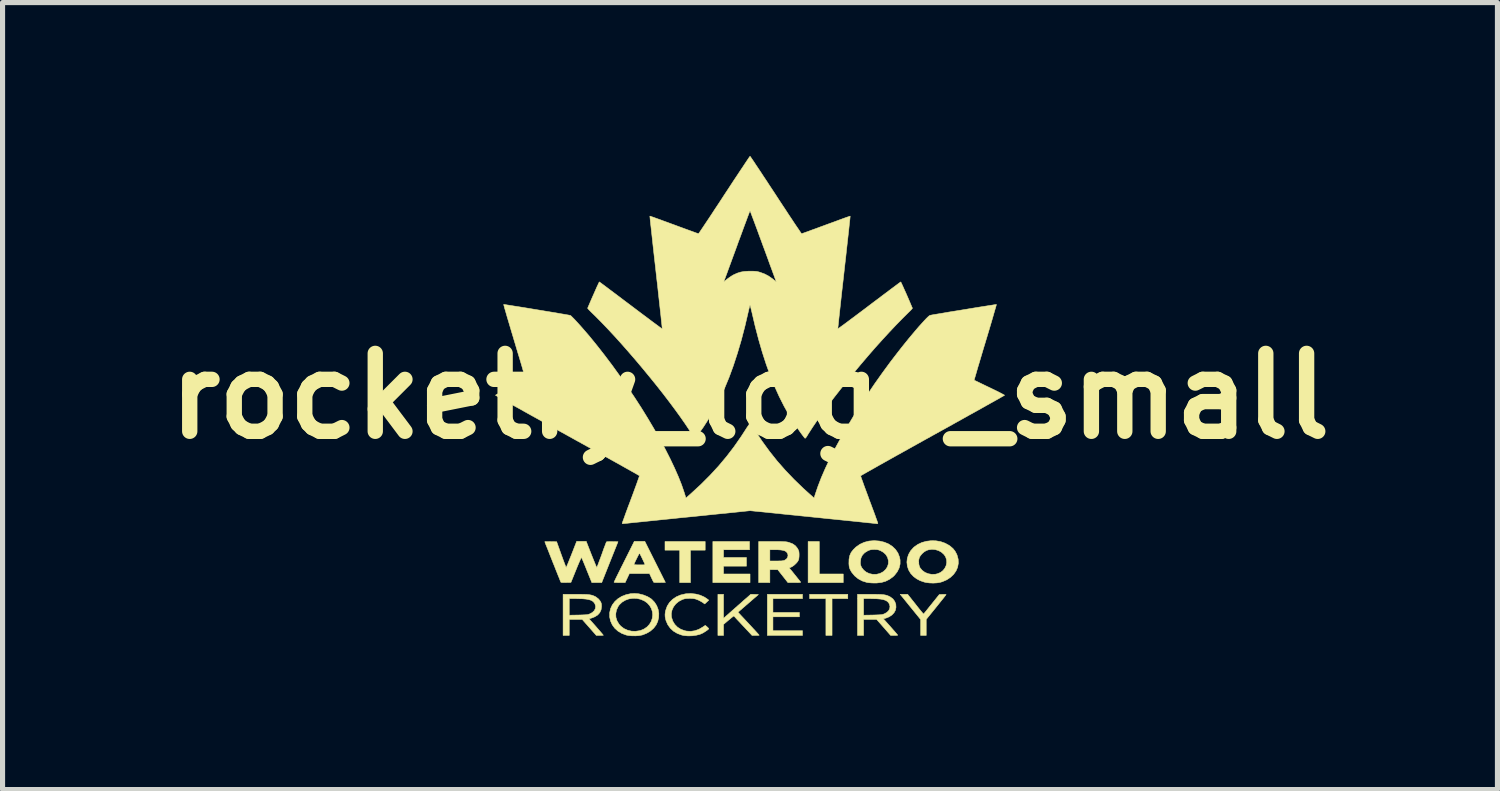
<source format=kicad_pcb>
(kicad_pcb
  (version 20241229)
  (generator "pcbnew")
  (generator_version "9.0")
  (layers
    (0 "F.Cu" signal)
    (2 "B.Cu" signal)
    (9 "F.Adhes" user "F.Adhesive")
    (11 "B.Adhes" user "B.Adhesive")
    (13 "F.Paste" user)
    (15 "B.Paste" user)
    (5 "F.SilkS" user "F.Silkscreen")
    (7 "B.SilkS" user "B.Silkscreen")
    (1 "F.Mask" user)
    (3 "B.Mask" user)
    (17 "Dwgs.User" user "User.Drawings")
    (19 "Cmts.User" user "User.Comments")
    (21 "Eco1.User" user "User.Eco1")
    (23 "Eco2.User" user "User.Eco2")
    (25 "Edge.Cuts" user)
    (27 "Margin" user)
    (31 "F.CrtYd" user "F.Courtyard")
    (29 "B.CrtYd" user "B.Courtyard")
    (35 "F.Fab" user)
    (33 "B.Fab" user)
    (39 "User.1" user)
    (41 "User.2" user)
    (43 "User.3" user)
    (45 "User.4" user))
  (footprint "rocketry_logo_small"
    (layer "F.Cu")
    (at 11.619 4.696)
    (property "Reference" "rocketry_logo_small" (at 0 0 0) (layer "F.SilkS") (effects (font (size 1.524 1.524) (thickness 0.3))))
    (attr through_hole)
    (fp_poly (pts (xy 1.355 3.48) (xy 1.823 3.48) (xy 1.823 3.649) (xy 1.136 3.649) (xy 1.136 2.845) (xy 1.355 2.845) (xy 1.355 3.48)) (stroke (width 0.01) (type solid)) (fill yes) (layer "F.SilkS"))
    (fp_poly (pts (xy -0.877 3.014) (xy -1.165 3.014) (xy -1.165 3.649) (xy -1.375 3.649) (xy -1.375 3.014) (xy -1.663 3.014) (xy -1.663 2.845) (xy -0.877 2.845) (xy -0.877 3.014)) (stroke (width 0.01) (type solid)) (fill yes) (layer "F.SilkS"))
    (fp_poly (pts (xy 1.912 3.962) (xy 1.604 3.962) (xy 1.604 4.682) (xy 1.484 4.682) (xy 1.484 3.962) (xy 1.165 3.962) (xy 1.165 3.878) (xy 1.912 3.878) (xy 1.912 3.962)) (stroke (width 0.01) (type solid)) (fill yes) (layer "F.SilkS"))
    (fp_poly (pts (xy -0.01 3.006) (xy -0.518 3.006) (xy -0.518 3.158) (xy -0.07 3.158) (xy -0.07 3.327) (xy -0.518 3.327) (xy -0.518 3.48) (xy 0 3.48) (xy 0 3.649) (xy -0.727 3.649) (xy -0.727 2.845) (xy -0.01 2.845) (xy -0.01 3.006)) (stroke (width 0.01) (type solid)) (fill yes) (layer "F.SilkS"))
    (fp_poly (pts (xy 1.026 3.962) (xy 0.448 3.962) (xy 0.448 4.233) (xy 0.966 4.233) (xy 0.966 4.318) (xy 0.448 4.318) (xy 0.448 4.589) (xy 1.026 4.589) (xy 1.026 4.682) (xy 0.339 4.682) (xy 0.339 3.878) (xy 1.026 3.878) (xy 1.026 3.962)) (stroke (width 0.01) (type solid)) (fill yes) (layer "F.SilkS"))
    (fp_poly (pts (xy 3.237 4.072) (xy 3.277 4.123) (xy 3.313 4.168) (xy 3.345 4.207) (xy 3.37 4.237) (xy 3.387 4.256) (xy 3.394 4.263) (xy 3.394 4.263) (xy 3.401 4.256) (xy 3.417 4.236) (xy 3.442 4.206) (xy 3.473 4.167) (xy 3.509 4.122) (xy 3.549 4.072) (xy 3.55 4.071) (xy 3.702 3.882) (xy 3.768 3.879) (xy 3.802 3.879) (xy 3.826 3.88) (xy 3.835 3.883) (xy 3.835 3.883) (xy 3.829 3.891) (xy 3.814 3.911) (xy 3.79 3.942) (xy 3.758 3.982) (xy 3.72 4.029) (xy 3.677 4.083) (xy 3.641 4.128) (xy 3.446 4.368) (xy 3.446 4.682) (xy 3.337 4.682) (xy 3.337 4.37) (xy 3.156 4.147) (xy 3.111 4.092) (xy 3.069 4.04) (xy 3.031 3.993) (xy 3 3.954) (xy 2.975 3.924) (xy 2.96 3.906) (xy 2.956 3.901) (xy 2.937 3.878) (xy 3.083 3.878) (xy 3.237 4.072)) (stroke (width 0.01) (type solid)) (fill yes) (layer "F.SilkS"))
    (fp_poly (pts (xy 0.09 3.879) (xy 0.164 3.882) (xy -0.036 4.055) (xy -0.236 4.228) (xy -0.028 4.45) (xy 0.021 4.503) (xy 0.066 4.552) (xy 0.106 4.595) (xy 0.138 4.63) (xy 0.162 4.657) (xy 0.176 4.673) (xy 0.179 4.677) (xy 0.17 4.68) (xy 0.146 4.681) (xy 0.112 4.682) (xy 0.109 4.682) (xy 0.04 4.682) (xy -0.136 4.494) (xy -0.182 4.445) (xy -0.223 4.401) (xy -0.259 4.363) (xy -0.287 4.332) (xy -0.306 4.311) (xy -0.315 4.302) (xy -0.316 4.301) (xy -0.324 4.306) (xy -0.343 4.32) (xy -0.371 4.342) (xy -0.405 4.371) (xy -0.419 4.382) (xy -0.518 4.466) (xy -0.518 4.682) (xy -0.628 4.682) (xy -0.628 3.878) (xy -0.518 3.878) (xy -0.518 4.347) (xy -0.342 4.191) (xy -0.287 4.143) (xy -0.232 4.094) (xy -0.178 4.047) (xy -0.131 4.004) (xy -0.091 3.97) (xy -0.075 3.956) (xy 0.015 3.877) (xy 0.09 3.879)) (stroke (width 0.01) (type solid)) (fill yes) (layer "F.SilkS"))
    (fp_poly (pts (xy -1.655 3.645) (xy -1.765 3.647) (xy -1.81 3.648) (xy -1.848 3.647) (xy -1.874 3.645) (xy -1.883 3.643) (xy -1.889 3.633) (xy -1.901 3.61) (xy -1.916 3.579) (xy -1.928 3.554) (xy -1.966 3.471) (xy -2.359 3.471) (xy -2.401 3.56) (xy -2.443 3.649) (xy -2.551 3.649) (xy -2.596 3.648) (xy -2.631 3.647) (xy -2.654 3.644) (xy -2.66 3.641) (xy -2.656 3.632) (xy -2.645 3.609) (xy -2.628 3.573) (xy -2.605 3.526) (xy -2.577 3.47) (xy -2.545 3.405) (xy -2.51 3.334) (xy -2.49 3.296) (xy -2.271 3.296) (xy -2.262 3.298) (xy -2.237 3.3) (xy -2.199 3.302) (xy -2.16 3.302) (xy -2.112 3.302) (xy -2.081 3.301) (xy -2.063 3.299) (xy -2.056 3.295) (xy -2.056 3.289) (xy -2.056 3.287) (xy -2.075 3.247) (xy -2.095 3.205) (xy -2.114 3.164) (xy -2.132 3.128) (xy -2.147 3.098) (xy -2.158 3.079) (xy -2.162 3.074) (xy -2.167 3.081) (xy -2.178 3.1) (xy -2.193 3.129) (xy -2.21 3.163) (xy -2.228 3.199) (xy -2.245 3.234) (xy -2.258 3.264) (xy -2.268 3.286) (xy -2.271 3.296) (xy -2.49 3.296) (xy -2.472 3.258) (xy -2.461 3.237) (xy -2.263 2.841) (xy -2.058 2.841) (xy -1.655 3.645)) (stroke (width 0.01) (type solid)) (fill yes) (layer "F.SilkS"))
    (fp_poly (pts (xy 2.437 3.878) (xy 2.508 3.879) (xy 2.565 3.881) (xy 2.61 3.885) (xy 2.646 3.891) (xy 2.677 3.899) (xy 2.705 3.91) (xy 2.732 3.923) (xy 2.746 3.931) (xy 2.795 3.968) (xy 2.83 4.016) (xy 2.851 4.071) (xy 2.855 4.131) (xy 2.844 4.187) (xy 2.817 4.237) (xy 2.775 4.282) (xy 2.72 4.318) (xy 2.666 4.34) (xy 2.608 4.357) (xy 2.749 4.514) (xy 2.788 4.559) (xy 2.824 4.599) (xy 2.853 4.633) (xy 2.874 4.658) (xy 2.887 4.673) (xy 2.889 4.676) (xy 2.88 4.679) (xy 2.856 4.681) (xy 2.822 4.682) (xy 2.82 4.682) (xy 2.751 4.682) (xy 2.614 4.525) (xy 2.476 4.369) (xy 2.221 4.369) (xy 2.221 4.682) (xy 2.102 4.682) (xy 2.102 4.286) (xy 2.221 4.286) (xy 2.398 4.283) (xy 2.464 4.281) (xy 2.514 4.279) (xy 2.551 4.277) (xy 2.578 4.274) (xy 2.6 4.269) (xy 2.619 4.262) (xy 2.62 4.262) (xy 2.673 4.234) (xy 2.711 4.198) (xy 2.732 4.156) (xy 2.737 4.111) (xy 2.724 4.066) (xy 2.707 4.038) (xy 2.682 4.014) (xy 2.649 3.995) (xy 2.606 3.981) (xy 2.552 3.971) (xy 2.482 3.965) (xy 2.396 3.963) (xy 2.358 3.962) (xy 2.221 3.962) (xy 2.221 4.286) (xy 2.102 4.286) (xy 2.102 3.878) (xy 2.349 3.878) (xy 2.437 3.878)) (stroke (width 0.01) (type solid)) (fill yes) (layer "F.SilkS"))
    (fp_poly (pts (xy -3.32 3.878) (xy -3.249 3.879) (xy -3.192 3.881) (xy -3.147 3.885) (xy -3.111 3.891) (xy -3.08 3.899) (xy -3.053 3.91) (xy -3.025 3.923) (xy -3.012 3.931) (xy -2.963 3.969) (xy -2.934 4.005) (xy -2.918 4.032) (xy -2.909 4.056) (xy -2.905 4.084) (xy -2.904 4.115) (xy -2.913 4.18) (xy -2.938 4.235) (xy -2.98 4.282) (xy -3.038 4.318) (xy -3.091 4.339) (xy -3.148 4.357) (xy -3.008 4.515) (xy -2.969 4.56) (xy -2.934 4.6) (xy -2.905 4.634) (xy -2.883 4.66) (xy -2.871 4.675) (xy -2.869 4.678) (xy -2.878 4.68) (xy -2.902 4.681) (xy -2.935 4.682) (xy -2.937 4.682) (xy -3.006 4.682) (xy -3.144 4.525) (xy -3.282 4.369) (xy -3.536 4.369) (xy -3.536 4.682) (xy -3.656 4.682) (xy -3.656 4.286) (xy -3.536 4.286) (xy -3.359 4.283) (xy -3.293 4.281) (xy -3.243 4.279) (xy -3.207 4.277) (xy -3.179 4.274) (xy -3.158 4.269) (xy -3.139 4.262) (xy -3.138 4.262) (xy -3.085 4.234) (xy -3.047 4.198) (xy -3.025 4.156) (xy -3.02 4.111) (xy -3.033 4.066) (xy -3.051 4.038) (xy -3.075 4.014) (xy -3.108 3.995) (xy -3.151 3.981) (xy -3.206 3.971) (xy -3.275 3.965) (xy -3.361 3.963) (xy -3.399 3.962) (xy -3.536 3.962) (xy -3.536 4.286) (xy -3.656 4.286) (xy -3.656 3.878) (xy -3.408 3.878) (xy -3.32 3.878)) (stroke (width 0.01) (type solid)) (fill yes) (layer "F.SilkS"))
    (fp_poly (pts (xy -2.173 3.868) (xy -2.086 3.89) (xy -2.004 3.923) (xy -1.934 3.966) (xy -1.922 3.976) (xy -1.867 4.033) (xy -1.825 4.1) (xy -1.797 4.173) (xy -1.784 4.251) (xy -1.787 4.33) (xy -1.805 4.408) (xy -1.837 4.477) (xy -1.884 4.539) (xy -1.947 4.595) (xy -2.021 4.639) (xy -2.101 4.671) (xy -2.113 4.674) (xy -2.171 4.685) (xy -2.24 4.69) (xy -2.312 4.689) (xy -2.379 4.683) (xy -2.422 4.674) (xy -2.508 4.642) (xy -2.583 4.597) (xy -2.646 4.54) (xy -2.695 4.473) (xy -2.729 4.397) (xy -2.746 4.318) (xy -2.745 4.255) (xy -2.626 4.255) (xy -2.623 4.327) (xy -2.601 4.397) (xy -2.562 4.462) (xy -2.528 4.5) (xy -2.467 4.547) (xy -2.396 4.579) (xy -2.319 4.598) (xy -2.239 4.601) (xy -2.158 4.589) (xy -2.141 4.585) (xy -2.071 4.555) (xy -2.012 4.514) (xy -1.966 4.464) (xy -1.932 4.407) (xy -1.912 4.346) (xy -1.904 4.281) (xy -1.91 4.217) (xy -1.93 4.155) (xy -1.964 4.097) (xy -2.012 4.045) (xy -2.066 4.007) (xy -2.139 3.975) (xy -2.215 3.958) (xy -2.292 3.956) (xy -2.368 3.967) (xy -2.439 3.993) (xy -2.502 4.031) (xy -2.555 4.081) (xy -2.578 4.113) (xy -2.611 4.183) (xy -2.626 4.255) (xy -2.745 4.255) (xy -2.745 4.235) (xy -2.727 4.156) (xy -2.693 4.084) (xy -2.644 4.019) (xy -2.582 3.963) (xy -2.509 3.918) (xy -2.425 3.885) (xy -2.334 3.865) (xy -2.259 3.861) (xy -2.173 3.868)) (stroke (width 0.01) (type solid)) (fill yes) (layer "F.SilkS"))
    (fp_poly (pts (xy -1.064 3.872) (xy -0.977 3.894) (xy -0.898 3.929) (xy -0.849 3.96) (xy -0.807 3.992) (xy -0.886 4.066) (xy -0.929 4.035) (xy -0.963 4.015) (xy -1.005 3.993) (xy -1.032 3.982) (xy -1.064 3.97) (xy -1.094 3.963) (xy -1.128 3.959) (xy -1.173 3.958) (xy -1.18 3.958) (xy -1.228 3.959) (xy -1.263 3.962) (xy -1.293 3.969) (xy -1.325 3.98) (xy -1.327 3.981) (xy -1.395 4.017) (xy -1.452 4.065) (xy -1.497 4.123) (xy -1.526 4.187) (xy -1.54 4.256) (xy -1.536 4.325) (xy -1.535 4.327) (xy -1.511 4.402) (xy -1.472 4.466) (xy -1.419 4.52) (xy -1.354 4.561) (xy -1.278 4.589) (xy -1.24 4.597) (xy -1.159 4.602) (xy -1.079 4.59) (xy -1 4.562) (xy -0.926 4.519) (xy -0.875 4.485) (xy -0.841 4.513) (xy -0.821 4.532) (xy -0.809 4.546) (xy -0.807 4.55) (xy -0.815 4.561) (xy -0.837 4.579) (xy -0.87 4.602) (xy -0.912 4.628) (xy -0.921 4.634) (xy -0.98 4.66) (xy -1.053 4.678) (xy -1.132 4.689) (xy -1.213 4.691) (xy -1.291 4.684) (xy -1.337 4.674) (xy -1.423 4.642) (xy -1.498 4.597) (xy -1.56 4.539) (xy -1.609 4.471) (xy -1.643 4.393) (xy -1.649 4.37) (xy -1.66 4.318) (xy -1.662 4.273) (xy -1.657 4.226) (xy -1.648 4.187) (xy -1.619 4.107) (xy -1.574 4.036) (xy -1.514 3.976) (xy -1.442 3.927) (xy -1.359 3.891) (xy -1.266 3.869) (xy -1.251 3.867) (xy -1.157 3.862) (xy -1.064 3.872)) (stroke (width 0.01) (type solid)) (fill yes) (layer "F.SilkS"))
    (fp_poly (pts (xy 0.514 2.845) (xy 0.578 2.845) (xy 0.628 2.846) (xy 0.667 2.848) (xy 0.697 2.85) (xy 0.722 2.853) (xy 0.744 2.858) (xy 0.759 2.862) (xy 0.829 2.888) (xy 0.885 2.926) (xy 0.927 2.977) (xy 0.932 2.986) (xy 0.947 3.015) (xy 0.956 3.042) (xy 0.959 3.074) (xy 0.96 3.102) (xy 0.959 3.14) (xy 0.955 3.176) (xy 0.949 3.204) (xy 0.948 3.206) (xy 0.931 3.237) (xy 0.901 3.272) (xy 0.865 3.306) (xy 0.827 3.334) (xy 0.805 3.345) (xy 0.766 3.362) (xy 0.81 3.414) (xy 0.837 3.447) (xy 0.867 3.485) (xy 0.898 3.523) (xy 0.928 3.561) (xy 0.955 3.594) (xy 0.976 3.62) (xy 0.988 3.636) (xy 0.99 3.639) (xy 0.989 3.643) (xy 0.976 3.646) (xy 0.95 3.648) (xy 0.909 3.649) (xy 0.87 3.649) (xy 0.742 3.649) (xy 0.642 3.522) (xy 0.543 3.396) (xy 0.466 3.395) (xy 0.388 3.395) (xy 0.388 3.649) (xy 0.169 3.649) (xy 0.169 3.006) (xy 0.388 3.006) (xy 0.388 3.226) (xy 0.515 3.226) (xy 0.573 3.225) (xy 0.615 3.224) (xy 0.645 3.22) (xy 0.667 3.215) (xy 0.677 3.211) (xy 0.713 3.187) (xy 0.735 3.155) (xy 0.743 3.118) (xy 0.736 3.081) (xy 0.712 3.048) (xy 0.711 3.047) (xy 0.685 3.03) (xy 0.649 3.018) (xy 0.601 3.01) (xy 0.538 3.006) (xy 0.494 3.006) (xy 0.388 3.006) (xy 0.169 3.006) (xy 0.169 2.845) (xy 0.432 2.845) (xy 0.514 2.845)) (stroke (width 0.01) (type solid)) (fill yes) (layer "F.SilkS"))
    (fp_poly (pts (xy 3.636 2.831) (xy 3.728 2.847) (xy 3.814 2.877) (xy 3.893 2.92) (xy 3.914 2.935) (xy 3.969 2.982) (xy 4.009 3.032) (xy 4.041 3.091) (xy 4.049 3.11) (xy 4.071 3.191) (xy 4.074 3.271) (xy 4.06 3.348) (xy 4.029 3.42) (xy 3.982 3.487) (xy 3.921 3.545) (xy 3.847 3.594) (xy 3.761 3.631) (xy 3.716 3.644) (xy 3.655 3.654) (xy 3.583 3.658) (xy 3.509 3.655) (xy 3.441 3.646) (xy 3.407 3.638) (xy 3.326 3.61) (xy 3.259 3.574) (xy 3.199 3.53) (xy 3.142 3.469) (xy 3.101 3.4) (xy 3.077 3.327) (xy 3.069 3.256) (xy 3.299 3.256) (xy 3.305 3.306) (xy 3.32 3.349) (xy 3.324 3.357) (xy 3.366 3.408) (xy 3.42 3.448) (xy 3.483 3.474) (xy 3.551 3.487) (xy 3.623 3.485) (xy 3.667 3.475) (xy 3.726 3.45) (xy 3.775 3.412) (xy 3.811 3.366) (xy 3.836 3.313) (xy 3.847 3.256) (xy 3.843 3.198) (xy 3.824 3.143) (xy 3.795 3.1) (xy 3.746 3.055) (xy 3.687 3.022) (xy 3.622 3.003) (xy 3.554 2.998) (xy 3.487 3.008) (xy 3.448 3.022) (xy 3.405 3.048) (xy 3.363 3.085) (xy 3.329 3.127) (xy 3.311 3.16) (xy 3.3 3.205) (xy 3.299 3.256) (xy 3.069 3.256) (xy 3.068 3.25) (xy 3.076 3.174) (xy 3.1 3.099) (xy 3.14 3.028) (xy 3.197 2.964) (xy 3.209 2.953) (xy 3.281 2.902) (xy 3.362 2.864) (xy 3.451 2.84) (xy 3.543 2.829) (xy 3.636 2.831)) (stroke (width 0.01) (type solid)) (fill yes) (layer "F.SilkS"))
    (fp_poly (pts (xy 2.532 2.836) (xy 2.626 2.858) (xy 2.71 2.893) (xy 2.784 2.941) (xy 2.845 3) (xy 2.892 3.069) (xy 2.923 3.147) (xy 2.935 3.206) (xy 2.935 3.285) (xy 2.916 3.363) (xy 2.879 3.437) (xy 2.826 3.505) (xy 2.796 3.534) (xy 2.726 3.585) (xy 2.652 3.622) (xy 2.572 3.645) (xy 2.48 3.656) (xy 2.426 3.657) (xy 2.377 3.655) (xy 2.329 3.651) (xy 2.29 3.646) (xy 2.282 3.644) (xy 2.194 3.616) (xy 2.115 3.573) (xy 2.047 3.517) (xy 1.992 3.451) (xy 1.975 3.424) (xy 1.958 3.392) (xy 1.947 3.365) (xy 1.94 3.338) (xy 1.936 3.305) (xy 1.934 3.272) (xy 1.935 3.244) (xy 2.158 3.244) (xy 2.159 3.282) (xy 2.165 3.311) (xy 2.176 3.339) (xy 2.185 3.356) (xy 2.225 3.406) (xy 2.276 3.446) (xy 2.336 3.473) (xy 2.402 3.487) (xy 2.47 3.487) (xy 2.537 3.471) (xy 2.545 3.468) (xy 2.605 3.436) (xy 2.653 3.392) (xy 2.687 3.34) (xy 2.705 3.282) (xy 2.707 3.221) (xy 2.691 3.16) (xy 2.69 3.156) (xy 2.657 3.101) (xy 2.61 3.057) (xy 2.558 3.027) (xy 2.526 3.013) (xy 2.497 3.005) (xy 2.464 3.002) (xy 2.43 3.001) (xy 2.387 3.002) (xy 2.356 3.007) (xy 2.327 3.016) (xy 2.302 3.027) (xy 2.242 3.064) (xy 2.198 3.111) (xy 2.17 3.167) (xy 2.159 3.233) (xy 2.158 3.244) (xy 1.935 3.244) (xy 1.936 3.192) (xy 1.95 3.122) (xy 1.977 3.06) (xy 2.021 3.003) (xy 2.071 2.954) (xy 2.149 2.899) (xy 2.234 2.86) (xy 2.327 2.836) (xy 2.428 2.828) (xy 2.43 2.828) (xy 2.532 2.836)) (stroke (width 0.01) (type solid)) (fill yes) (layer "F.SilkS"))
    (fp_poly (pts (xy -3.104 3.097) (xy -3.079 3.159) (xy -3.056 3.216) (xy -3.036 3.265) (xy -3.019 3.306) (xy -3.007 3.335) (xy -2.999 3.35) (xy -2.997 3.353) (xy -2.993 3.345) (xy -2.984 3.323) (xy -2.97 3.289) (xy -2.954 3.244) (xy -2.934 3.191) (xy -2.912 3.132) (xy -2.903 3.108) (xy -2.881 3.046) (xy -2.861 2.989) (xy -2.842 2.94) (xy -2.827 2.9) (xy -2.816 2.871) (xy -2.81 2.855) (xy -2.809 2.853) (xy -2.796 2.849) (xy -2.764 2.847) (xy -2.716 2.846) (xy -2.692 2.847) (xy -2.582 2.849) (xy -2.742 3.249) (xy -2.901 3.649) (xy -3.093 3.649) (xy -3.192 3.406) (xy -3.216 3.345) (xy -3.239 3.289) (xy -3.259 3.24) (xy -3.276 3.201) (xy -3.288 3.173) (xy -3.295 3.158) (xy -3.296 3.156) (xy -3.301 3.162) (xy -3.311 3.183) (xy -3.326 3.215) (xy -3.345 3.258) (xy -3.367 3.31) (xy -3.391 3.368) (xy -3.403 3.398) (xy -3.503 3.645) (xy -3.6 3.647) (xy -3.648 3.648) (xy -3.679 3.646) (xy -3.696 3.643) (xy -3.701 3.639) (xy -3.706 3.626) (xy -3.717 3.599) (xy -3.732 3.56) (xy -3.752 3.512) (xy -3.774 3.456) (xy -3.799 3.394) (xy -3.825 3.327) (xy -3.853 3.259) (xy -3.88 3.19) (xy -3.907 3.122) (xy -3.932 3.058) (xy -3.955 2.999) (xy -3.976 2.947) (xy -3.993 2.905) (xy -4.005 2.873) (xy -4.012 2.854) (xy -4.014 2.849) (xy -4.005 2.847) (xy -3.98 2.846) (xy -3.942 2.846) (xy -3.898 2.847) (xy -3.782 2.849) (xy -3.692 3.101) (xy -3.669 3.163) (xy -3.649 3.219) (xy -3.63 3.268) (xy -3.615 3.308) (xy -3.604 3.336) (xy -3.597 3.351) (xy -3.596 3.353) (xy -3.592 3.345) (xy -3.582 3.323) (xy -3.567 3.289) (xy -3.549 3.244) (xy -3.528 3.191) (xy -3.504 3.132) (xy -3.49 3.097) (xy -3.39 2.841) (xy -3.204 2.841) (xy -3.104 3.097)) (stroke (width 0.01) (type solid)) (fill yes) (layer "F.SilkS"))
    (fp_poly (pts (xy -4.808 -1.791) (xy -4.78 -1.787) (xy -4.737 -1.78) (xy -4.68 -1.771) (xy -4.611 -1.76) (xy -4.533 -1.748) (xy -4.446 -1.734) (xy -4.354 -1.719) (xy -4.258 -1.703) (xy -4.161 -1.687) (xy -4.063 -1.671) (xy -3.968 -1.655) (xy -3.876 -1.64) (xy -3.79 -1.626) (xy -3.713 -1.612) (xy -3.645 -1.601) (xy -3.59 -1.591) (xy -3.548 -1.584) (xy -3.522 -1.579) (xy -3.514 -1.577) (xy -3.501 -1.568) (xy -3.479 -1.546) (xy -3.448 -1.515) (xy -3.409 -1.474) (xy -3.366 -1.427) (xy -3.318 -1.374) (xy -3.268 -1.317) (xy -3.217 -1.258) (xy -3.166 -1.199) (xy -3.147 -1.177) (xy -2.994 -0.989) (xy -2.842 -0.795) (xy -2.692 -0.596) (xy -2.545 -0.392) (xy -2.401 -0.186) (xy -2.262 0.021) (xy -2.128 0.228) (xy -2.001 0.434) (xy -1.88 0.638) (xy -1.766 0.838) (xy -1.661 1.032) (xy -1.565 1.221) (xy -1.479 1.402) (xy -1.403 1.574) (xy -1.339 1.735) (xy -1.287 1.886) (xy -1.285 1.893) (xy -1.253 1.995) (xy -1.162 1.914) (xy -0.964 1.732) (xy -0.783 1.551) (xy -0.616 1.37) (xy -0.46 1.184) (xy -0.312 0.991) (xy -0.17 0.787) (xy -0.095 0.671) (xy -0.067 0.627) (xy -0.042 0.59) (xy -0.021 0.56) (xy -0.007 0.54) (xy 0 0.533) (xy 0.007 0.54) (xy 0.022 0.56) (xy 0.042 0.59) (xy 0.067 0.628) (xy 0.095 0.671) (xy 0.235 0.882) (xy 0.379 1.08) (xy 0.53 1.27) (xy 0.691 1.453) (xy 0.864 1.634) (xy 1.052 1.815) (xy 1.162 1.914) (xy 1.253 1.995) (xy 1.275 1.923) (xy 1.329 1.765) (xy 1.394 1.596) (xy 1.472 1.416) (xy 1.561 1.228) (xy 1.66 1.032) (xy 1.77 0.83) (xy 1.888 0.622) (xy 2.014 0.41) (xy 2.148 0.195) (xy 2.29 -0.022) (xy 2.437 -0.239) (xy 2.59 -0.455) (xy 2.747 -0.669) (xy 2.9 -0.868) (xy 2.969 -0.956) (xy 3.039 -1.043) (xy 3.107 -1.127) (xy 3.174 -1.207) (xy 3.238 -1.283) (xy 3.298 -1.353) (xy 3.354 -1.415) (xy 3.403 -1.469) (xy 3.445 -1.514) (xy 3.48 -1.548) (xy 3.505 -1.57) (xy 3.521 -1.579) (xy 3.521 -1.579) (xy 3.547 -1.584) (xy 3.589 -1.592) (xy 3.644 -1.601) (xy 3.711 -1.612) (xy 3.789 -1.625) (xy 3.874 -1.64) (xy 3.966 -1.655) (xy 4.061 -1.67) (xy 4.159 -1.686) (xy 4.256 -1.702) (xy 4.352 -1.718) (xy 4.444 -1.733) (xy 4.531 -1.747) (xy 4.609 -1.759) (xy 4.678 -1.77) (xy 4.736 -1.779) (xy 4.78 -1.786) (xy 4.808 -1.79) (xy 4.819 -1.791) (xy 4.819 -1.791) (xy 4.817 -1.783) (xy 4.811 -1.759) (xy 4.8 -1.721) (xy 4.785 -1.67) (xy 4.767 -1.608) (xy 4.746 -1.534) (xy 4.722 -1.452) (xy 4.695 -1.361) (xy 4.666 -1.263) (xy 4.635 -1.16) (xy 4.602 -1.051) (xy 4.602 -1.05) (xy 4.569 -0.942) (xy 4.538 -0.838) (xy 4.509 -0.74) (xy 4.482 -0.649) (xy 4.457 -0.567) (xy 4.436 -0.494) (xy 4.418 -0.431) (xy 4.403 -0.381) (xy 4.392 -0.343) (xy 4.386 -0.319) (xy 4.384 -0.31) (xy 4.384 -0.31) (xy 4.393 -0.306) (xy 4.418 -0.294) (xy 4.456 -0.276) (xy 4.505 -0.252) (xy 4.563 -0.224) (xy 4.629 -0.192) (xy 4.684 -0.166) (xy 4.754 -0.132) (xy 4.818 -0.101) (xy 4.874 -0.073) (xy 4.92 -0.049) (xy 4.953 -0.031) (xy 4.974 -0.02) (xy 4.978 -0.016) (xy 4.97 -0.01) (xy 4.945 0.004) (xy 4.906 0.026) (xy 4.853 0.057) (xy 4.786 0.094) (xy 4.707 0.138) (xy 4.616 0.189) (xy 4.515 0.246) (xy 4.404 0.308) (xy 4.284 0.374) (xy 4.156 0.446) (xy 4.021 0.521) (xy 3.88 0.6) (xy 3.733 0.681) (xy 3.581 0.765) (xy 3.571 0.771) (xy 3.419 0.855) (xy 3.272 0.937) (xy 3.13 1.016) (xy 2.994 1.092) (xy 2.866 1.163) (xy 2.745 1.231) (xy 2.634 1.293) (xy 2.532 1.35) (xy 2.441 1.402) (xy 2.361 1.447) (xy 2.293 1.485) (xy 2.239 1.516) (xy 2.199 1.539) (xy 2.173 1.554) (xy 2.164 1.56) (xy 2.164 1.56) (xy 2.166 1.57) (xy 2.174 1.595) (xy 2.187 1.632) (xy 2.205 1.681) (xy 2.226 1.741) (xy 2.251 1.809) (xy 2.279 1.884) (xy 2.309 1.965) (xy 2.33 2.024) (xy 2.362 2.108) (xy 2.391 2.187) (xy 2.419 2.261) (xy 2.443 2.326) (xy 2.463 2.383) (xy 2.48 2.429) (xy 2.492 2.463) (xy 2.499 2.483) (xy 2.5 2.488) (xy 2.494 2.496) (xy 2.473 2.496) (xy 2.468 2.495) (xy 2.454 2.493) (xy 2.422 2.49) (xy 2.372 2.484) (xy 2.306 2.478) (xy 2.225 2.469) (xy 2.131 2.459) (xy 2.025 2.448) (xy 1.907 2.436) (xy 1.779 2.423) (xy 1.643 2.409) (xy 1.5 2.395) (xy 1.35 2.379) (xy 1.219 2.366) (xy 0.002 2.242) (xy -1.212 2.366) (xy -1.366 2.381) (xy -1.515 2.397) (xy -1.657 2.411) (xy -1.792 2.425) (xy -1.919 2.438) (xy -2.035 2.45) (xy -2.14 2.461) (xy -2.232 2.47) (xy -2.311 2.478) (xy -2.375 2.485) (xy -2.422 2.49) (xy -2.452 2.493) (xy -2.463 2.494) (xy -2.49 2.496) (xy -2.5 2.491) (xy -2.5 2.489) (xy -2.497 2.479) (xy -2.489 2.454) (xy -2.475 2.417) (xy -2.457 2.368) (xy -2.436 2.308) (xy -2.411 2.24) (xy -2.383 2.164) (xy -2.352 2.083) (xy -2.33 2.023) (xy -2.298 1.938) (xy -2.269 1.859) (xy -2.242 1.785) (xy -2.218 1.72) (xy -2.198 1.663) (xy -2.182 1.617) (xy -2.17 1.584) (xy -2.164 1.564) (xy -2.163 1.558) (xy -2.172 1.553) (xy -2.196 1.539) (xy -2.235 1.516) (xy -2.289 1.486) (xy -2.356 1.448) (xy -2.435 1.404) (xy -2.525 1.353) (xy -2.626 1.297) (xy -2.737 1.235) (xy -2.857 1.168) (xy -2.985 1.096) (xy -3.12 1.021) (xy -3.262 0.942) (xy -3.409 0.861) (xy -3.56 0.777) (xy -3.571 0.771) (xy -3.723 0.687) (xy -3.87 0.605) (xy -4.012 0.526) (xy -4.147 0.45) (xy -4.276 0.379) (xy -4.396 0.312) (xy -4.508 0.249) (xy -4.61 0.193) (xy -4.701 0.141) (xy -4.781 0.097) (xy -4.848 0.059) (xy -4.903 0.028) (xy -4.943 0.005) (xy -4.969 -0.01) (xy -4.978 -0.016) (xy -4.978 -0.016) (xy -4.971 -0.022) (xy -4.948 -0.035) (xy -4.911 -0.054) (xy -4.863 -0.078) (xy -4.805 -0.107) (xy -4.74 -0.139) (xy -4.684 -0.165) (xy -4.614 -0.199) (xy -4.55 -0.23) (xy -4.493 -0.257) (xy -4.446 -0.28) (xy -4.411 -0.297) (xy -4.39 -0.307) (xy -4.384 -0.31) (xy -4.386 -0.319) (xy -4.392 -0.342) (xy -4.403 -0.38) (xy -4.417 -0.431) (xy -4.436 -0.493) (xy -4.457 -0.566) (xy -4.481 -0.648) (xy -4.508 -0.739) (xy -4.538 -0.837) (xy -4.569 -0.94) (xy -4.601 -1.049) (xy -4.602 -1.05) (xy -4.634 -1.159) (xy -4.665 -1.262) (xy -4.694 -1.36) (xy -4.721 -1.451) (xy -4.746 -1.534) (xy -4.767 -1.607) (xy -4.785 -1.67) (xy -4.8 -1.721) (xy -4.81 -1.759) (xy -4.817 -1.783) (xy -4.818 -1.791) (xy -4.818 -1.791) (xy -4.808 -1.791)) (stroke (width 0.01) (type solid)) (fill yes) (layer "F.SilkS"))
    (fp_poly (pts (xy 0.006 -4.683) (xy 0.021 -4.662) (xy 0.044 -4.628) (xy 0.075 -4.583) (xy 0.112 -4.526) (xy 0.157 -4.459) (xy 0.207 -4.384) (xy 0.262 -4.3) (xy 0.322 -4.21) (xy 0.385 -4.113) (xy 0.452 -4.012) (xy 0.504 -3.933) (xy 0.572 -3.828) (xy 0.638 -3.728) (xy 0.701 -3.633) (xy 0.759 -3.544) (xy 0.814 -3.462) (xy 0.862 -3.389) (xy 0.905 -3.325) (xy 0.942 -3.271) (xy 0.971 -3.228) (xy 0.992 -3.197) (xy 1.005 -3.179) (xy 1.008 -3.175) (xy 1.019 -3.178) (xy 1.046 -3.188) (xy 1.088 -3.203) (xy 1.142 -3.222) (xy 1.208 -3.247) (xy 1.284 -3.274) (xy 1.367 -3.305) (xy 1.457 -3.338) (xy 1.486 -3.349) (xy 1.577 -3.382) (xy 1.662 -3.413) (xy 1.74 -3.442) (xy 1.808 -3.467) (xy 1.866 -3.488) (xy 1.912 -3.504) (xy 1.943 -3.514) (xy 1.958 -3.519) (xy 1.959 -3.519) (xy 1.958 -3.511) (xy 1.956 -3.486) (xy 1.952 -3.447) (xy 1.946 -3.394) (xy 1.939 -3.328) (xy 1.931 -3.249) (xy 1.921 -3.161) (xy 1.91 -3.062) (xy 1.898 -2.954) (xy 1.885 -2.838) (xy 1.872 -2.716) (xy 1.857 -2.587) (xy 1.842 -2.453) (xy 1.838 -2.417) (xy 1.823 -2.282) (xy 1.808 -2.152) (xy 1.794 -2.028) (xy 1.781 -1.91) (xy 1.769 -1.8) (xy 1.758 -1.699) (xy 1.748 -1.607) (xy 1.739 -1.526) (xy 1.732 -1.457) (xy 1.726 -1.4) (xy 1.721 -1.357) (xy 1.719 -1.328) (xy 1.718 -1.315) (xy 1.718 -1.314) (xy 1.725 -1.319) (xy 1.747 -1.335) (xy 1.781 -1.36) (xy 1.827 -1.393) (xy 1.884 -1.435) (xy 1.949 -1.484) (xy 2.023 -1.539) (xy 2.104 -1.6) (xy 2.191 -1.665) (xy 2.283 -1.734) (xy 2.331 -1.771) (xy 2.425 -1.842) (xy 2.515 -1.909) (xy 2.599 -1.973) (xy 2.677 -2.031) (xy 2.747 -2.084) (xy 2.809 -2.13) (xy 2.861 -2.169) (xy 2.901 -2.199) (xy 2.93 -2.22) (xy 2.945 -2.231) (xy 2.947 -2.233) (xy 2.952 -2.226) (xy 2.962 -2.205) (xy 2.978 -2.171) (xy 2.998 -2.127) (xy 3.021 -2.075) (xy 3.048 -2.016) (xy 3.076 -1.952) (xy 3.105 -1.885) (xy 3.134 -1.817) (xy 3.162 -1.75) (xy 3.176 -1.719) (xy 3.171 -1.71) (xy 3.155 -1.691) (xy 3.131 -1.666) (xy 3.105 -1.641) (xy 2.983 -1.52) (xy 2.855 -1.389) (xy 2.722 -1.248) (xy 2.586 -1.1) (xy 2.447 -0.946) (xy 2.308 -0.786) (xy 2.17 -0.624) (xy 2.033 -0.46) (xy 1.899 -0.296) (xy 1.769 -0.133) (xy 1.644 0.027) (xy 1.526 0.183) (xy 1.415 0.333) (xy 1.314 0.476) (xy 1.223 0.61) (xy 1.143 0.734) (xy 1.107 0.794) (xy 1.092 0.814) (xy 1.08 0.825) (xy 1.076 0.825) (xy 1.067 0.817) (xy 1.051 0.797) (xy 1.028 0.767) (xy 1.001 0.731) (xy 0.988 0.713) (xy 0.874 0.55) (xy 0.768 0.379) (xy 0.667 0.2) (xy 0.572 0.012) (xy 0.482 -0.187) (xy 0.397 -0.397) (xy 0.317 -0.619) (xy 0.241 -0.854) (xy 0.169 -1.103) (xy 0.1 -1.368) (xy 0.044 -1.607) (xy 0.032 -1.658) (xy 0.021 -1.703) (xy 0.012 -1.74) (xy 0.005 -1.765) (xy 0.000354 -1.777) (xy -0.000226 -1.778) (xy -0.004 -1.77) (xy -0.01 -1.749) (xy -0.018 -1.716) (xy -0.028 -1.675) (xy -0.033 -1.653) (xy -0.1 -1.365) (xy -0.171 -1.093) (xy -0.247 -0.836) (xy -0.326 -0.594) (xy -0.41 -0.365) (xy -0.5 -0.148) (xy -0.594 0.057) (xy -0.695 0.251) (xy -0.801 0.434) (xy -0.914 0.609) (xy -0.988 0.713) (xy -1.016 0.751) (xy -1.041 0.784) (xy -1.061 0.809) (xy -1.073 0.823) (xy -1.076 0.825) (xy -1.085 0.822) (xy -1.099 0.806) (xy -1.107 0.794) (xy -1.179 0.677) (xy -1.264 0.549) (xy -1.36 0.411) (xy -1.465 0.266) (xy -1.579 0.113) (xy -1.699 -0.044) (xy -1.826 -0.205) (xy -1.958 -0.368) (xy -2.093 -0.532) (xy -2.23 -0.695) (xy -2.368 -0.855) (xy -2.506 -1.012) (xy -2.642 -1.163) (xy -2.776 -1.307) (xy -2.906 -1.443) (xy -3.031 -1.569) (xy -3.105 -1.641) (xy -3.134 -1.67) (xy -3.158 -1.695) (xy -3.172 -1.712) (xy -3.176 -1.719) (xy -3.151 -1.777) (xy -3.125 -1.838) (xy -3.098 -1.901) (xy -3.07 -1.964) (xy -3.043 -2.025) (xy -3.018 -2.082) (xy -2.996 -2.132) (xy -2.976 -2.174) (xy -2.961 -2.207) (xy -2.951 -2.227) (xy -2.947 -2.233) (xy -2.939 -2.227) (xy -2.917 -2.211) (xy -2.882 -2.185) (xy -2.836 -2.151) (xy -2.779 -2.108) (xy -2.714 -2.059) (xy -2.639 -2.003) (xy -2.558 -1.942) (xy -2.471 -1.876) (xy -2.379 -1.807) (xy -2.331 -1.771) (xy -2.237 -1.7) (xy -2.148 -1.633) (xy -2.064 -1.57) (xy -1.986 -1.512) (xy -1.916 -1.459) (xy -1.855 -1.414) (xy -1.803 -1.376) (xy -1.763 -1.346) (xy -1.735 -1.326) (xy -1.72 -1.315) (xy -1.718 -1.314) (xy -1.718 -1.323) (xy -1.72 -1.348) (xy -1.724 -1.387) (xy -1.73 -1.44) (xy -1.737 -1.506) (xy -1.745 -1.584) (xy -1.755 -1.673) (xy -1.766 -1.772) (xy -1.778 -1.88) (xy -1.791 -1.996) (xy -1.804 -2.119) (xy -1.817 -2.235) (xy -0.514 -2.235) (xy -0.508 -2.238) (xy -0.492 -2.251) (xy -0.467 -2.271) (xy -0.449 -2.286) (xy -0.41 -2.315) (xy -0.366 -2.345) (xy -0.326 -2.369) (xy -0.318 -2.373) (xy -0.249 -2.404) (xy -0.182 -2.425) (xy -0.112 -2.437) (xy -0.03 -2.442) (xy 0.005 -2.442) (xy 0.06 -2.442) (xy 0.101 -2.44) (xy 0.135 -2.436) (xy 0.167 -2.429) (xy 0.198 -2.42) (xy 0.285 -2.388) (xy 0.363 -2.347) (xy 0.437 -2.295) (xy 0.449 -2.286) (xy 0.478 -2.262) (xy 0.5 -2.245) (xy 0.512 -2.236) (xy 0.514 -2.235) (xy 0.511 -2.243) (xy 0.502 -2.267) (xy 0.488 -2.304) (xy 0.47 -2.354) (xy 0.447 -2.416) (xy 0.421 -2.488) (xy 0.391 -2.568) (xy 0.359 -2.657) (xy 0.324 -2.753) (xy 0.287 -2.854) (xy 0.258 -2.931) (xy 0.22 -3.036) (xy 0.183 -3.135) (xy 0.149 -3.229) (xy 0.117 -3.315) (xy 0.088 -3.393) (xy 0.062 -3.462) (xy 0.04 -3.52) (xy 0.023 -3.566) (xy 0.01 -3.6) (xy 0.002 -3.619) (xy 0 -3.623) (xy -0.004 -3.616) (xy -0.013 -3.593) (xy -0.027 -3.556) (xy -0.046 -3.507) (xy -0.068 -3.446) (xy -0.095 -3.374) (xy -0.125 -3.294) (xy -0.157 -3.206) (xy -0.192 -3.111) (xy -0.23 -3.01) (xy -0.258 -2.931) (xy -0.296 -2.827) (xy -0.333 -2.727) (xy -0.367 -2.634) (xy -0.399 -2.547) (xy -0.428 -2.468) (xy -0.453 -2.399) (xy -0.475 -2.34) (xy -0.492 -2.294) (xy -0.505 -2.26) (xy -0.512 -2.24) (xy -0.514 -2.235) (xy -1.817 -2.235) (xy -1.819 -2.247) (xy -1.834 -2.381) (xy -1.838 -2.417) (xy -1.853 -2.552) (xy -1.868 -2.682) (xy -1.882 -2.806) (xy -1.895 -2.924) (xy -1.907 -3.034) (xy -1.918 -3.135) (xy -1.928 -3.227) (xy -1.937 -3.308) (xy -1.945 -3.377) (xy -1.951 -3.434) (xy -1.955 -3.477) (xy -1.958 -3.506) (xy -1.959 -3.519) (xy -1.959 -3.519) (xy -1.949 -3.517) (xy -1.923 -3.508) (xy -1.882 -3.494) (xy -1.828 -3.474) (xy -1.763 -3.451) (xy -1.688 -3.423) (xy -1.605 -3.393) (xy -1.516 -3.36) (xy -1.485 -3.349) (xy -1.394 -3.315) (xy -1.309 -3.284) (xy -1.23 -3.255) (xy -1.161 -3.23) (xy -1.103 -3.209) (xy -1.057 -3.192) (xy -1.025 -3.181) (xy -1.009 -3.175) (xy -1.007 -3.175) (xy -1.002 -3.182) (xy -0.987 -3.203) (xy -0.964 -3.237) (xy -0.933 -3.283) (xy -0.895 -3.34) (xy -0.851 -3.406) (xy -0.8 -3.482) (xy -0.745 -3.565) (xy -0.686 -3.656) (xy -0.622 -3.752) (xy -0.555 -3.854) (xy -0.504 -3.933) (xy -0.435 -4.037) (xy -0.369 -4.138) (xy -0.307 -4.233) (xy -0.248 -4.321) (xy -0.194 -4.403) (xy -0.145 -4.476) (xy -0.102 -4.541) (xy -0.066 -4.595) (xy -0.037 -4.638) (xy -0.016 -4.669) (xy -0.003 -4.686) (xy 0.000045 -4.691) (xy 0.006 -4.683)) (stroke (width 0.01) (type solid)) (fill yes) (layer "F.SilkS")))
  (gr_rect
    (start -3 -3)
    (end 26.237 12.392)
    (stroke (width 0.1) (type default))
    (fill no)
    (layer "Edge.Cuts")))
</source>
